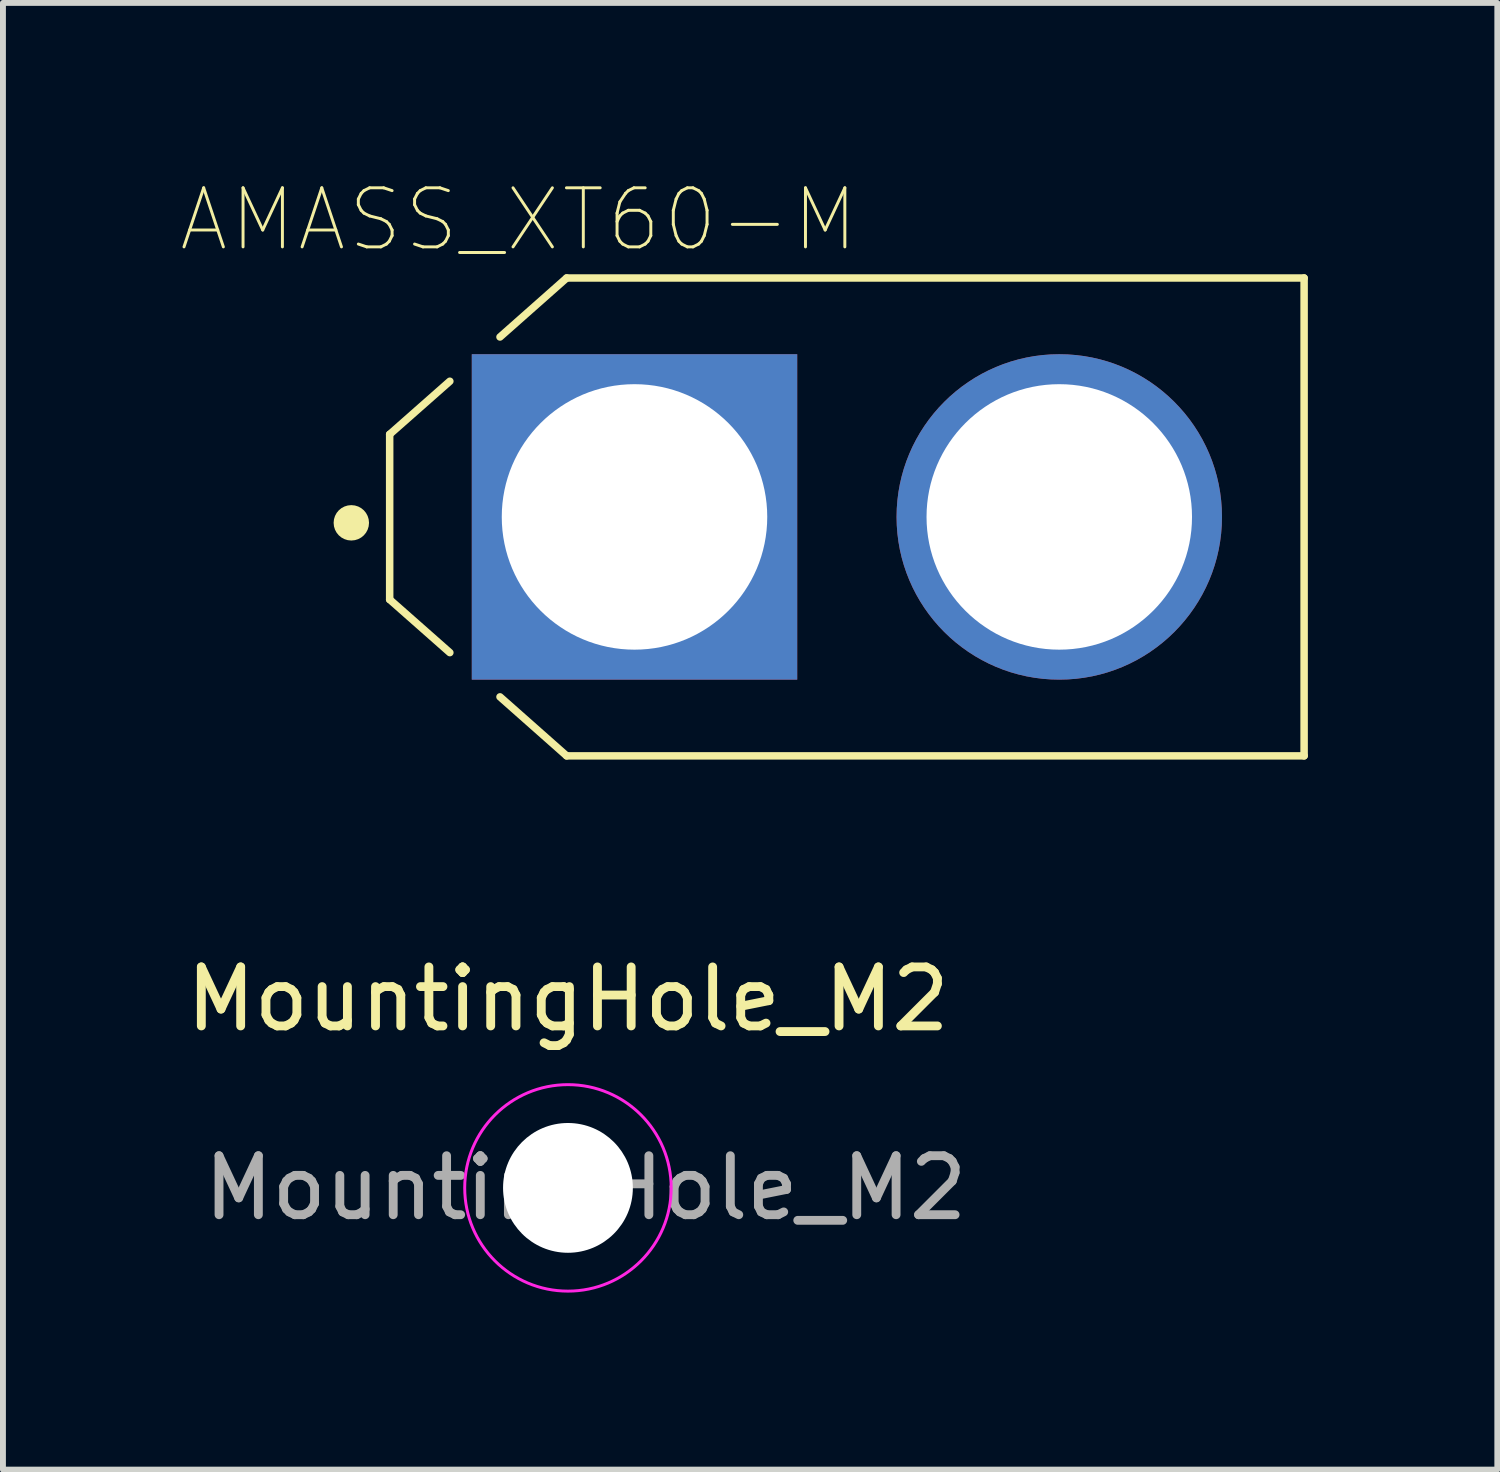
<source format=kicad_pcb>
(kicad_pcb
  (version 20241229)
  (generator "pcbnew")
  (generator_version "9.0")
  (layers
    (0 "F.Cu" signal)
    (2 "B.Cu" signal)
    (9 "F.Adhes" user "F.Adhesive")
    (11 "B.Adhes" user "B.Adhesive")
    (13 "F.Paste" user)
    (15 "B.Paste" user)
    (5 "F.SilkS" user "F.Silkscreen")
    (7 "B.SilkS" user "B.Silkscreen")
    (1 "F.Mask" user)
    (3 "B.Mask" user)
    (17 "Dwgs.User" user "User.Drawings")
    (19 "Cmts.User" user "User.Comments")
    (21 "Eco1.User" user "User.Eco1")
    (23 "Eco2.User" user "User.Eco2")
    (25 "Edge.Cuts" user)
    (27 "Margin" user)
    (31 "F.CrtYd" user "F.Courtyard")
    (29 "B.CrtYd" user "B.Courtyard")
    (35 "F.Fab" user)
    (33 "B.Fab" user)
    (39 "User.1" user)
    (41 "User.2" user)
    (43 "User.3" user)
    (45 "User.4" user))
  (footprint "AMASS_XT60-M"
    (layer "F.Cu")
    (at 11.305 5.712)
    (property "Reference" "AMASS_XT60-M" (at -5.564 -5.038 0) (layer "F.SilkS") (effects (font (size 1.001 1.001) (thickness 0.05))))
    (attr through_hole)
    (fp_line (start -7.75 -1.4) (end -6.73 -2.3) (stroke (width 0.127) (type solid)) (layer "F.SilkS"))
    (fp_line (start -7.75 1.4) (end -7.75 -1.4) (stroke (width 0.127) (type solid)) (layer "F.SilkS"))
    (fp_line (start -7.75 1.4) (end -6.73 2.3) (stroke (width 0.127) (type solid)) (layer "F.SilkS"))
    (fp_line (start -4.75 -4.05) (end -5.88 -3.05) (stroke (width 0.127) (type solid)) (layer "F.SilkS"))
    (fp_line (start -4.75 -4.05) (end 7.75 -4.05) (stroke (width 0.127) (type solid)) (layer "F.SilkS"))
    (fp_line (start -4.75 4.05) (end -5.88 3.05) (stroke (width 0.127) (type solid)) (layer "F.SilkS"))
    (fp_line (start 7.75 -4.05) (end 7.75 4.05) (stroke (width 0.127) (type solid)) (layer "F.SilkS"))
    (fp_line (start 7.75 4.05) (end -4.75 4.05) (stroke (width 0.127) (type solid)) (layer "F.SilkS"))
    (fp_circle (center -8.4 0.1) (end -8.25 0.1) (stroke (width 0.3) (type solid)) (fill no) (layer "F.SilkS"))
    (fp_line (start -8 -4.3) (end 8 -4.3) (stroke (width 0.05) (type solid)) (layer "Eco1.User"))
    (fp_line (start -8 4.3) (end -8 -4.3) (stroke (width 0.05) (type solid)) (layer "Eco1.User"))
    (fp_line (start 8 -4.3) (end 8 4.3) (stroke (width 0.05) (type solid)) (layer "Eco1.User"))
    (fp_line (start 8 4.3) (end -8 4.3) (stroke (width 0.05) (type solid)) (layer "Eco1.User"))
    (fp_line (start -7.75 1.4) (end -7.75 -1.4) (stroke (width 0.127) (type solid)) (layer "Eco2.User"))
    (fp_line (start -4.75 -4.05) (end -7.75 -1.4) (stroke (width 0.127) (type solid)) (layer "Eco2.User"))
    (fp_line (start -4.75 -4.05) (end 7.75 -4.05) (stroke (width 0.127) (type solid)) (layer "Eco2.User"))
    (fp_line (start -4.75 4.05) (end -7.75 1.4) (stroke (width 0.127) (type solid)) (layer "Eco2.User"))
    (fp_line (start 7.75 -4.05) (end 7.75 4.05) (stroke (width 0.127) (type solid)) (layer "Eco2.User"))
    (fp_line (start 7.75 4.05) (end -4.75 4.05) (stroke (width 0.127) (type solid)) (layer "Eco2.User"))
    (pad "1" thru_hole rect (at -3.6 0) (size 5.516 5.516) (drill 4.5) (layers "*.Cu" "*.Mask"))
    (pad "2" thru_hole circle (at 3.6 0) (size 5.516 5.516) (drill 4.5) (layers "*.Cu" "*.Mask")))
  (footprint "MountingHole_M2"
    (layer "F.Cu")
    (at 6.577 17.085)
    (property "Reference" "MountingHole_M2" (at 0 -3.2 0) (layer "F.SilkS") (effects (font (size 1 1) (thickness 0.15))))
    (attr exclude_from_pos_files exclude_from_bom)
    (fp_circle (center 0 0) (end 1.75 0) (stroke (width 0.05) (type solid)) (fill no) (layer "F.CrtYd"))
    (fp_text user "${REFERENCE}" (at 0.3 0 0) (layer "F.Fab") (effects (font (size 1 1) (thickness 0.15))))
    (pad "" np_thru_hole circle (at 0 0) (size 2.2 2.2) (drill 2.2) (layers "*.Cu" "*.Mask")))
  (gr_rect
    (start -3 -3)
    (end 22.33 21.86)
    (stroke (width 0.1) (type default))
    (fill no)
    (layer "Edge.Cuts")))
</source>
